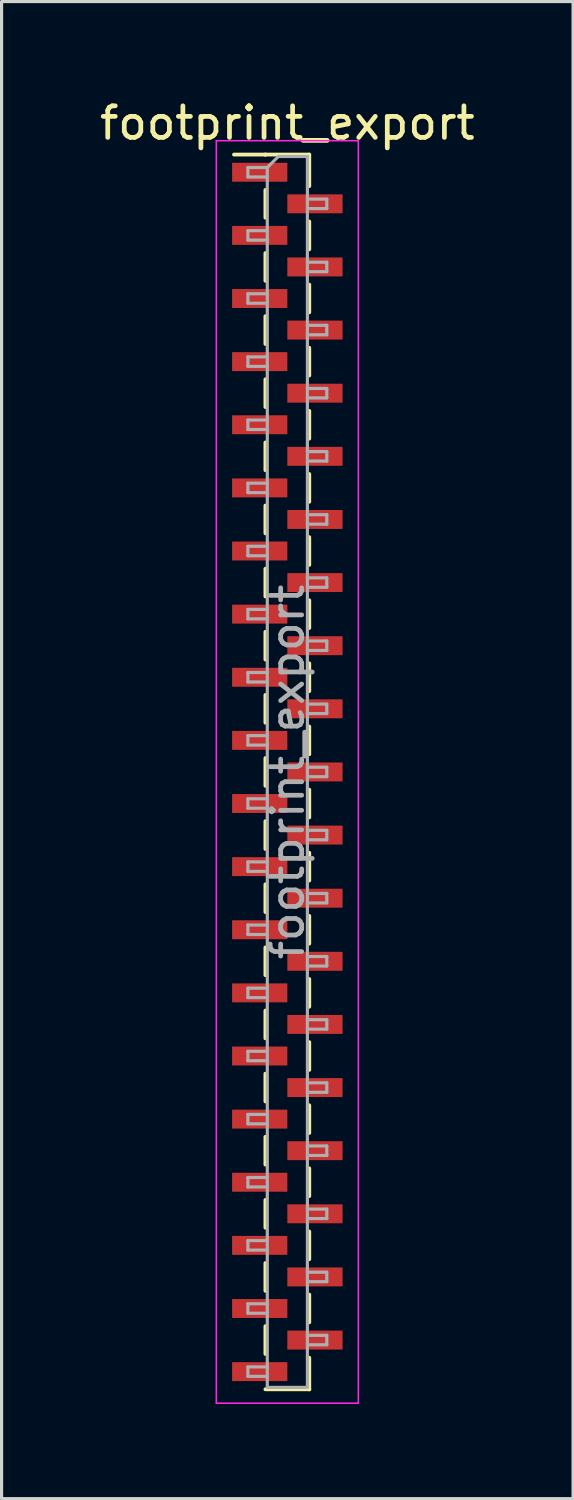
<source format=kicad_pcb>
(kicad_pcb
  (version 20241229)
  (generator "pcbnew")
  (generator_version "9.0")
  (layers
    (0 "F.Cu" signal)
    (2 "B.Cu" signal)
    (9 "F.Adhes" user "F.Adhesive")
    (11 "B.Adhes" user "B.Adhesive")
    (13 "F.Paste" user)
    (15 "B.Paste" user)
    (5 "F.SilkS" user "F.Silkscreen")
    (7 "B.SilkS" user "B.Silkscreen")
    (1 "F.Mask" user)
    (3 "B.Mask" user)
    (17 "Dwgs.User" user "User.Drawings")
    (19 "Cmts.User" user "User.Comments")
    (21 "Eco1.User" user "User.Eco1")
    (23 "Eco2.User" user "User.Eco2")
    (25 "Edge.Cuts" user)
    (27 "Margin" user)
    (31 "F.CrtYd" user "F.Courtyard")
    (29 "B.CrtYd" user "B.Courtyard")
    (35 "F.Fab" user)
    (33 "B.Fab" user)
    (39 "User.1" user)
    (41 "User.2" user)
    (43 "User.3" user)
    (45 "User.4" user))
  (footprint "footprint_export"
    (layer "F.Cu")
    (at 6.054 21.408)
    (property "Reference" "footprint_export" (at 0 -20.56 0) (layer "F.SilkS") (effects (font (size 1 1) (thickness 0.15))))
    (attr smd)
    (fp_line (start -0.695 -19.56) (end -1.69 -19.56) (stroke (width 0.12) (type solid)) (layer "F.SilkS"))
    (fp_line (start -0.695 -19.56) (end -0.695 -19.56) (stroke (width 0.12) (type solid)) (layer "F.SilkS"))
    (fp_line (start -0.695 -19.56) (end 0.695 -19.56) (stroke (width 0.12) (type solid)) (layer "F.SilkS"))
    (fp_line (start -0.695 -18.44) (end -0.695 -17.56) (stroke (width 0.12) (type solid)) (layer "F.SilkS"))
    (fp_line (start -0.695 -16.44) (end -0.695 -15.56) (stroke (width 0.12) (type solid)) (layer "F.SilkS"))
    (fp_line (start -0.695 -14.44) (end -0.695 -13.56) (stroke (width 0.12) (type solid)) (layer "F.SilkS"))
    (fp_line (start -0.695 -12.44) (end -0.695 -11.56) (stroke (width 0.12) (type solid)) (layer "F.SilkS"))
    (fp_line (start -0.695 -10.44) (end -0.695 -9.56) (stroke (width 0.12) (type solid)) (layer "F.SilkS"))
    (fp_line (start -0.695 -8.44) (end -0.695 -7.56) (stroke (width 0.12) (type solid)) (layer "F.SilkS"))
    (fp_line (start -0.695 -6.44) (end -0.695 -5.56) (stroke (width 0.12) (type solid)) (layer "F.SilkS"))
    (fp_line (start -0.695 -4.44) (end -0.695 -3.56) (stroke (width 0.12) (type solid)) (layer "F.SilkS"))
    (fp_line (start -0.695 -2.44) (end -0.695 -1.56) (stroke (width 0.12) (type solid)) (layer "F.SilkS"))
    (fp_line (start -0.695 -0.44) (end -0.695 0.44) (stroke (width 0.12) (type solid)) (layer "F.SilkS"))
    (fp_line (start -0.695 1.56) (end -0.695 2.44) (stroke (width 0.12) (type solid)) (layer "F.SilkS"))
    (fp_line (start -0.695 3.56) (end -0.695 4.44) (stroke (width 0.12) (type solid)) (layer "F.SilkS"))
    (fp_line (start -0.695 5.56) (end -0.695 6.44) (stroke (width 0.12) (type solid)) (layer "F.SilkS"))
    (fp_line (start -0.695 7.56) (end -0.695 8.44) (stroke (width 0.12) (type solid)) (layer "F.SilkS"))
    (fp_line (start -0.695 9.56) (end -0.695 10.44) (stroke (width 0.12) (type solid)) (layer "F.SilkS"))
    (fp_line (start -0.695 11.56) (end -0.695 12.44) (stroke (width 0.12) (type solid)) (layer "F.SilkS"))
    (fp_line (start -0.695 13.56) (end -0.695 14.44) (stroke (width 0.12) (type solid)) (layer "F.SilkS"))
    (fp_line (start -0.695 15.56) (end -0.695 16.44) (stroke (width 0.12) (type solid)) (layer "F.SilkS"))
    (fp_line (start -0.695 17.56) (end -0.695 18.44) (stroke (width 0.12) (type solid)) (layer "F.SilkS"))
    (fp_line (start -0.695 19.56) (end 0.695 19.56) (stroke (width 0.12) (type solid)) (layer "F.SilkS"))
    (fp_line (start 0.695 -19.56) (end 0.695 -18.56) (stroke (width 0.12) (type solid)) (layer "F.SilkS"))
    (fp_line (start 0.695 -17.44) (end 0.695 -16.56) (stroke (width 0.12) (type solid)) (layer "F.SilkS"))
    (fp_line (start 0.695 -15.44) (end 0.695 -14.56) (stroke (width 0.12) (type solid)) (layer "F.SilkS"))
    (fp_line (start 0.695 -13.44) (end 0.695 -12.56) (stroke (width 0.12) (type solid)) (layer "F.SilkS"))
    (fp_line (start 0.695 -11.44) (end 0.695 -10.56) (stroke (width 0.12) (type solid)) (layer "F.SilkS"))
    (fp_line (start 0.695 -9.44) (end 0.695 -8.56) (stroke (width 0.12) (type solid)) (layer "F.SilkS"))
    (fp_line (start 0.695 -7.44) (end 0.695 -6.56) (stroke (width 0.12) (type solid)) (layer "F.SilkS"))
    (fp_line (start 0.695 -5.44) (end 0.695 -4.56) (stroke (width 0.12) (type solid)) (layer "F.SilkS"))
    (fp_line (start 0.695 -3.44) (end 0.695 -2.56) (stroke (width 0.12) (type solid)) (layer "F.SilkS"))
    (fp_line (start 0.695 -1.44) (end 0.695 -0.56) (stroke (width 0.12) (type solid)) (layer "F.SilkS"))
    (fp_line (start 0.695 0.56) (end 0.695 1.44) (stroke (width 0.12) (type solid)) (layer "F.SilkS"))
    (fp_line (start 0.695 2.56) (end 0.695 3.44) (stroke (width 0.12) (type solid)) (layer "F.SilkS"))
    (fp_line (start 0.695 4.56) (end 0.695 5.44) (stroke (width 0.12) (type solid)) (layer "F.SilkS"))
    (fp_line (start 0.695 6.56) (end 0.695 7.44) (stroke (width 0.12) (type solid)) (layer "F.SilkS"))
    (fp_line (start 0.695 8.56) (end 0.695 9.44) (stroke (width 0.12) (type solid)) (layer "F.SilkS"))
    (fp_line (start 0.695 10.56) (end 0.695 11.44) (stroke (width 0.12) (type solid)) (layer "F.SilkS"))
    (fp_line (start 0.695 12.56) (end 0.695 13.44) (stroke (width 0.12) (type solid)) (layer "F.SilkS"))
    (fp_line (start 0.695 14.56) (end 0.695 15.44) (stroke (width 0.12) (type solid)) (layer "F.SilkS"))
    (fp_line (start 0.695 16.56) (end 0.695 17.44) (stroke (width 0.12) (type solid)) (layer "F.SilkS"))
    (fp_line (start 0.695 18.56) (end 0.695 19.56) (stroke (width 0.12) (type solid)) (layer "F.SilkS"))
    (fp_line (start 0.695 19.56) (end 0.695 19.56) (stroke (width 0.12) (type solid)) (layer "F.SilkS"))
    (fp_line (start -2.25 -20) (end -2.25 20) (stroke (width 0.05) (type solid)) (layer "F.CrtYd"))
    (fp_line (start -2.25 20) (end 2.25 20) (stroke (width 0.05) (type solid)) (layer "F.CrtYd"))
    (fp_line (start 2.25 -20) (end -2.25 -20) (stroke (width 0.05) (type solid)) (layer "F.CrtYd"))
    (fp_line (start 2.25 20) (end 2.25 -20) (stroke (width 0.05) (type solid)) (layer "F.CrtYd"))
    (fp_line (start -1.25 -19.15) (end -1.25 -18.85) (stroke (width 0.1) (type solid)) (layer "F.Fab"))
    (fp_line (start -1.25 -18.85) (end -0.635 -18.85) (stroke (width 0.1) (type solid)) (layer "F.Fab"))
    (fp_line (start -1.25 -17.15) (end -1.25 -16.85) (stroke (width 0.1) (type solid)) (layer "F.Fab"))
    (fp_line (start -1.25 -16.85) (end -0.635 -16.85) (stroke (width 0.1) (type solid)) (layer "F.Fab"))
    (fp_line (start -1.25 -15.15) (end -1.25 -14.85) (stroke (width 0.1) (type solid)) (layer "F.Fab"))
    (fp_line (start -1.25 -14.85) (end -0.635 -14.85) (stroke (width 0.1) (type solid)) (layer "F.Fab"))
    (fp_line (start -1.25 -13.15) (end -1.25 -12.85) (stroke (width 0.1) (type solid)) (layer "F.Fab"))
    (fp_line (start -1.25 -12.85) (end -0.635 -12.85) (stroke (width 0.1) (type solid)) (layer "F.Fab"))
    (fp_line (start -1.25 -11.15) (end -1.25 -10.85) (stroke (width 0.1) (type solid)) (layer "F.Fab"))
    (fp_line (start -1.25 -10.85) (end -0.635 -10.85) (stroke (width 0.1) (type solid)) (layer "F.Fab"))
    (fp_line (start -1.25 -9.15) (end -1.25 -8.85) (stroke (width 0.1) (type solid)) (layer "F.Fab"))
    (fp_line (start -1.25 -8.85) (end -0.635 -8.85) (stroke (width 0.1) (type solid)) (layer "F.Fab"))
    (fp_line (start -1.25 -7.15) (end -1.25 -6.85) (stroke (width 0.1) (type solid)) (layer "F.Fab"))
    (fp_line (start -1.25 -6.85) (end -0.635 -6.85) (stroke (width 0.1) (type solid)) (layer "F.Fab"))
    (fp_line (start -1.25 -5.15) (end -1.25 -4.85) (stroke (width 0.1) (type solid)) (layer "F.Fab"))
    (fp_line (start -1.25 -4.85) (end -0.635 -4.85) (stroke (width 0.1) (type solid)) (layer "F.Fab"))
    (fp_line (start -1.25 -3.15) (end -1.25 -2.85) (stroke (width 0.1) (type solid)) (layer "F.Fab"))
    (fp_line (start -1.25 -2.85) (end -0.635 -2.85) (stroke (width 0.1) (type solid)) (layer "F.Fab"))
    (fp_line (start -1.25 -1.15) (end -1.25 -0.85) (stroke (width 0.1) (type solid)) (layer "F.Fab"))
    (fp_line (start -1.25 -0.85) (end -0.635 -0.85) (stroke (width 0.1) (type solid)) (layer "F.Fab"))
    (fp_line (start -1.25 0.85) (end -1.25 1.15) (stroke (width 0.1) (type solid)) (layer "F.Fab"))
    (fp_line (start -1.25 1.15) (end -0.635 1.15) (stroke (width 0.1) (type solid)) (layer "F.Fab"))
    (fp_line (start -1.25 2.85) (end -1.25 3.15) (stroke (width 0.1) (type solid)) (layer "F.Fab"))
    (fp_line (start -1.25 3.15) (end -0.635 3.15) (stroke (width 0.1) (type solid)) (layer "F.Fab"))
    (fp_line (start -1.25 4.85) (end -1.25 5.15) (stroke (width 0.1) (type solid)) (layer "F.Fab"))
    (fp_line (start -1.25 5.15) (end -0.635 5.15) (stroke (width 0.1) (type solid)) (layer "F.Fab"))
    (fp_line (start -1.25 6.85) (end -1.25 7.15) (stroke (width 0.1) (type solid)) (layer "F.Fab"))
    (fp_line (start -1.25 7.15) (end -0.635 7.15) (stroke (width 0.1) (type solid)) (layer "F.Fab"))
    (fp_line (start -1.25 8.85) (end -1.25 9.15) (stroke (width 0.1) (type solid)) (layer "F.Fab"))
    (fp_line (start -1.25 9.15) (end -0.635 9.15) (stroke (width 0.1) (type solid)) (layer "F.Fab"))
    (fp_line (start -1.25 10.85) (end -1.25 11.15) (stroke (width 0.1) (type solid)) (layer "F.Fab"))
    (fp_line (start -1.25 11.15) (end -0.635 11.15) (stroke (width 0.1) (type solid)) (layer "F.Fab"))
    (fp_line (start -1.25 12.85) (end -1.25 13.15) (stroke (width 0.1) (type solid)) (layer "F.Fab"))
    (fp_line (start -1.25 13.15) (end -0.635 13.15) (stroke (width 0.1) (type solid)) (layer "F.Fab"))
    (fp_line (start -1.25 14.85) (end -1.25 15.15) (stroke (width 0.1) (type solid)) (layer "F.Fab"))
    (fp_line (start -1.25 15.15) (end -0.635 15.15) (stroke (width 0.1) (type solid)) (layer "F.Fab"))
    (fp_line (start -1.25 16.85) (end -1.25 17.15) (stroke (width 0.1) (type solid)) (layer "F.Fab"))
    (fp_line (start -1.25 17.15) (end -0.635 17.15) (stroke (width 0.1) (type solid)) (layer "F.Fab"))
    (fp_line (start -1.25 18.85) (end -1.25 19.15) (stroke (width 0.1) (type solid)) (layer "F.Fab"))
    (fp_line (start -1.25 19.15) (end -0.635 19.15) (stroke (width 0.1) (type solid)) (layer "F.Fab"))
    (fp_line (start -0.635 -19.15) (end -1.25 -19.15) (stroke (width 0.1) (type solid)) (layer "F.Fab"))
    (fp_line (start -0.635 -19.15) (end -0.285 -19.5) (stroke (width 0.1) (type solid)) (layer "F.Fab"))
    (fp_line (start -0.635 -17.15) (end -1.25 -17.15) (stroke (width 0.1) (type solid)) (layer "F.Fab"))
    (fp_line (start -0.635 -15.15) (end -1.25 -15.15) (stroke (width 0.1) (type solid)) (layer "F.Fab"))
    (fp_line (start -0.635 -13.15) (end -1.25 -13.15) (stroke (width 0.1) (type solid)) (layer "F.Fab"))
    (fp_line (start -0.635 -11.15) (end -1.25 -11.15) (stroke (width 0.1) (type solid)) (layer "F.Fab"))
    (fp_line (start -0.635 -9.15) (end -1.25 -9.15) (stroke (width 0.1) (type solid)) (layer "F.Fab"))
    (fp_line (start -0.635 -7.15) (end -1.25 -7.15) (stroke (width 0.1) (type solid)) (layer "F.Fab"))
    (fp_line (start -0.635 -5.15) (end -1.25 -5.15) (stroke (width 0.1) (type solid)) (layer "F.Fab"))
    (fp_line (start -0.635 -3.15) (end -1.25 -3.15) (stroke (width 0.1) (type solid)) (layer "F.Fab"))
    (fp_line (start -0.635 -1.15) (end -1.25 -1.15) (stroke (width 0.1) (type solid)) (layer "F.Fab"))
    (fp_line (start -0.635 0.85) (end -1.25 0.85) (stroke (width 0.1) (type solid)) (layer "F.Fab"))
    (fp_line (start -0.635 2.85) (end -1.25 2.85) (stroke (width 0.1) (type solid)) (layer "F.Fab"))
    (fp_line (start -0.635 4.85) (end -1.25 4.85) (stroke (width 0.1) (type solid)) (layer "F.Fab"))
    (fp_line (start -0.635 6.85) (end -1.25 6.85) (stroke (width 0.1) (type solid)) (layer "F.Fab"))
    (fp_line (start -0.635 8.85) (end -1.25 8.85) (stroke (width 0.1) (type solid)) (layer "F.Fab"))
    (fp_line (start -0.635 10.85) (end -1.25 10.85) (stroke (width 0.1) (type solid)) (layer "F.Fab"))
    (fp_line (start -0.635 12.85) (end -1.25 12.85) (stroke (width 0.1) (type solid)) (layer "F.Fab"))
    (fp_line (start -0.635 14.85) (end -1.25 14.85) (stroke (width 0.1) (type solid)) (layer "F.Fab"))
    (fp_line (start -0.635 16.85) (end -1.25 16.85) (stroke (width 0.1) (type solid)) (layer "F.Fab"))
    (fp_line (start -0.635 18.85) (end -1.25 18.85) (stroke (width 0.1) (type solid)) (layer "F.Fab"))
    (fp_line (start -0.635 19.5) (end -0.635 -19.15) (stroke (width 0.1) (type solid)) (layer "F.Fab"))
    (fp_line (start -0.285 -19.5) (end 0.635 -19.5) (stroke (width 0.1) (type solid)) (layer "F.Fab"))
    (fp_line (start 0.635 -19.5) (end 0.635 19.5) (stroke (width 0.1) (type solid)) (layer "F.Fab"))
    (fp_line (start 0.635 -18.15) (end 1.25 -18.15) (stroke (width 0.1) (type solid)) (layer "F.Fab"))
    (fp_line (start 0.635 -16.15) (end 1.25 -16.15) (stroke (width 0.1) (type solid)) (layer "F.Fab"))
    (fp_line (start 0.635 -14.15) (end 1.25 -14.15) (stroke (width 0.1) (type solid)) (layer "F.Fab"))
    (fp_line (start 0.635 -12.15) (end 1.25 -12.15) (stroke (width 0.1) (type solid)) (layer "F.Fab"))
    (fp_line (start 0.635 -10.15) (end 1.25 -10.15) (stroke (width 0.1) (type solid)) (layer "F.Fab"))
    (fp_line (start 0.635 -8.15) (end 1.25 -8.15) (stroke (width 0.1) (type solid)) (layer "F.Fab"))
    (fp_line (start 0.635 -6.15) (end 1.25 -6.15) (stroke (width 0.1) (type solid)) (layer "F.Fab"))
    (fp_line (start 0.635 -4.15) (end 1.25 -4.15) (stroke (width 0.1) (type solid)) (layer "F.Fab"))
    (fp_line (start 0.635 -2.15) (end 1.25 -2.15) (stroke (width 0.1) (type solid)) (layer "F.Fab"))
    (fp_line (start 0.635 -0.15) (end 1.25 -0.15) (stroke (width 0.1) (type solid)) (layer "F.Fab"))
    (fp_line (start 0.635 1.85) (end 1.25 1.85) (stroke (width 0.1) (type solid)) (layer "F.Fab"))
    (fp_line (start 0.635 3.85) (end 1.25 3.85) (stroke (width 0.1) (type solid)) (layer "F.Fab"))
    (fp_line (start 0.635 5.85) (end 1.25 5.85) (stroke (width 0.1) (type solid)) (layer "F.Fab"))
    (fp_line (start 0.635 7.85) (end 1.25 7.85) (stroke (width 0.1) (type solid)) (layer "F.Fab"))
    (fp_line (start 0.635 9.85) (end 1.25 9.85) (stroke (width 0.1) (type solid)) (layer "F.Fab"))
    (fp_line (start 0.635 11.85) (end 1.25 11.85) (stroke (width 0.1) (type solid)) (layer "F.Fab"))
    (fp_line (start 0.635 13.85) (end 1.25 13.85) (stroke (width 0.1) (type solid)) (layer "F.Fab"))
    (fp_line (start 0.635 15.85) (end 1.25 15.85) (stroke (width 0.1) (type solid)) (layer "F.Fab"))
    (fp_line (start 0.635 17.85) (end 1.25 17.85) (stroke (width 0.1) (type solid)) (layer "F.Fab"))
    (fp_line (start 0.635 19.5) (end -0.635 19.5) (stroke (width 0.1) (type solid)) (layer "F.Fab"))
    (fp_line (start 1.25 -18.15) (end 1.25 -17.85) (stroke (width 0.1) (type solid)) (layer "F.Fab"))
    (fp_line (start 1.25 -17.85) (end 0.635 -17.85) (stroke (width 0.1) (type solid)) (layer "F.Fab"))
    (fp_line (start 1.25 -16.15) (end 1.25 -15.85) (stroke (width 0.1) (type solid)) (layer "F.Fab"))
    (fp_line (start 1.25 -15.85) (end 0.635 -15.85) (stroke (width 0.1) (type solid)) (layer "F.Fab"))
    (fp_line (start 1.25 -14.15) (end 1.25 -13.85) (stroke (width 0.1) (type solid)) (layer "F.Fab"))
    (fp_line (start 1.25 -13.85) (end 0.635 -13.85) (stroke (width 0.1) (type solid)) (layer "F.Fab"))
    (fp_line (start 1.25 -12.15) (end 1.25 -11.85) (stroke (width 0.1) (type solid)) (layer "F.Fab"))
    (fp_line (start 1.25 -11.85) (end 0.635 -11.85) (stroke (width 0.1) (type solid)) (layer "F.Fab"))
    (fp_line (start 1.25 -10.15) (end 1.25 -9.85) (stroke (width 0.1) (type solid)) (layer "F.Fab"))
    (fp_line (start 1.25 -9.85) (end 0.635 -9.85) (stroke (width 0.1) (type solid)) (layer "F.Fab"))
    (fp_line (start 1.25 -8.15) (end 1.25 -7.85) (stroke (width 0.1) (type solid)) (layer "F.Fab"))
    (fp_line (start 1.25 -7.85) (end 0.635 -7.85) (stroke (width 0.1) (type solid)) (layer "F.Fab"))
    (fp_line (start 1.25 -6.15) (end 1.25 -5.85) (stroke (width 0.1) (type solid)) (layer "F.Fab"))
    (fp_line (start 1.25 -5.85) (end 0.635 -5.85) (stroke (width 0.1) (type solid)) (layer "F.Fab"))
    (fp_line (start 1.25 -4.15) (end 1.25 -3.85) (stroke (width 0.1) (type solid)) (layer "F.Fab"))
    (fp_line (start 1.25 -3.85) (end 0.635 -3.85) (stroke (width 0.1) (type solid)) (layer "F.Fab"))
    (fp_line (start 1.25 -2.15) (end 1.25 -1.85) (stroke (width 0.1) (type solid)) (layer "F.Fab"))
    (fp_line (start 1.25 -1.85) (end 0.635 -1.85) (stroke (width 0.1) (type solid)) (layer "F.Fab"))
    (fp_line (start 1.25 -0.15) (end 1.25 0.15) (stroke (width 0.1) (type solid)) (layer "F.Fab"))
    (fp_line (start 1.25 0.15) (end 0.635 0.15) (stroke (width 0.1) (type solid)) (layer "F.Fab"))
    (fp_line (start 1.25 1.85) (end 1.25 2.15) (stroke (width 0.1) (type solid)) (layer "F.Fab"))
    (fp_line (start 1.25 2.15) (end 0.635 2.15) (stroke (width 0.1) (type solid)) (layer "F.Fab"))
    (fp_line (start 1.25 3.85) (end 1.25 4.15) (stroke (width 0.1) (type solid)) (layer "F.Fab"))
    (fp_line (start 1.25 4.15) (end 0.635 4.15) (stroke (width 0.1) (type solid)) (layer "F.Fab"))
    (fp_line (start 1.25 5.85) (end 1.25 6.15) (stroke (width 0.1) (type solid)) (layer "F.Fab"))
    (fp_line (start 1.25 6.15) (end 0.635 6.15) (stroke (width 0.1) (type solid)) (layer "F.Fab"))
    (fp_line (start 1.25 7.85) (end 1.25 8.15) (stroke (width 0.1) (type solid)) (layer "F.Fab"))
    (fp_line (start 1.25 8.15) (end 0.635 8.15) (stroke (width 0.1) (type solid)) (layer "F.Fab"))
    (fp_line (start 1.25 9.85) (end 1.25 10.15) (stroke (width 0.1) (type solid)) (layer "F.Fab"))
    (fp_line (start 1.25 10.15) (end 0.635 10.15) (stroke (width 0.1) (type solid)) (layer "F.Fab"))
    (fp_line (start 1.25 11.85) (end 1.25 12.15) (stroke (width 0.1) (type solid)) (layer "F.Fab"))
    (fp_line (start 1.25 12.15) (end 0.635 12.15) (stroke (width 0.1) (type solid)) (layer "F.Fab"))
    (fp_line (start 1.25 13.85) (end 1.25 14.15) (stroke (width 0.1) (type solid)) (layer "F.Fab"))
    (fp_line (start 1.25 14.15) (end 0.635 14.15) (stroke (width 0.1) (type solid)) (layer "F.Fab"))
    (fp_line (start 1.25 15.85) (end 1.25 16.15) (stroke (width 0.1) (type solid)) (layer "F.Fab"))
    (fp_line (start 1.25 16.15) (end 0.635 16.15) (stroke (width 0.1) (type solid)) (layer "F.Fab"))
    (fp_line (start 1.25 17.85) (end 1.25 18.15) (stroke (width 0.1) (type solid)) (layer "F.Fab"))
    (fp_line (start 1.25 18.15) (end 0.635 18.15) (stroke (width 0.1) (type solid)) (layer "F.Fab"))
    (fp_text user "${REFERENCE}" (at 0 0 90) (layer "F.Fab") (effects (font (size 1 1) (thickness 0.15))))
    (pad "1" smd rect (at -0.875 -19) (size 1.75 0.6) (layers "F.Cu" "F.Mask" "F.Paste"))
    (pad "2" smd rect (at 0.875 -18) (size 1.75 0.6) (layers "F.Cu" "F.Mask" "F.Paste"))
    (pad "3" smd rect (at -0.875 -17) (size 1.75 0.6) (layers "F.Cu" "F.Mask" "F.Paste"))
    (pad "4" smd rect (at 0.875 -16) (size 1.75 0.6) (layers "F.Cu" "F.Mask" "F.Paste"))
    (pad "5" smd rect (at -0.875 -15) (size 1.75 0.6) (layers "F.Cu" "F.Mask" "F.Paste"))
    (pad "6" smd rect (at 0.875 -14) (size 1.75 0.6) (layers "F.Cu" "F.Mask" "F.Paste"))
    (pad "7" smd rect (at -0.875 -13) (size 1.75 0.6) (layers "F.Cu" "F.Mask" "F.Paste"))
    (pad "8" smd rect (at 0.875 -12) (size 1.75 0.6) (layers "F.Cu" "F.Mask" "F.Paste"))
    (pad "9" smd rect (at -0.875 -11) (size 1.75 0.6) (layers "F.Cu" "F.Mask" "F.Paste"))
    (pad "10" smd rect (at 0.875 -10) (size 1.75 0.6) (layers "F.Cu" "F.Mask" "F.Paste"))
    (pad "11" smd rect (at -0.875 -9) (size 1.75 0.6) (layers "F.Cu" "F.Mask" "F.Paste"))
    (pad "12" smd rect (at 0.875 -8) (size 1.75 0.6) (layers "F.Cu" "F.Mask" "F.Paste"))
    (pad "13" smd rect (at -0.875 -7) (size 1.75 0.6) (layers "F.Cu" "F.Mask" "F.Paste"))
    (pad "14" smd rect (at 0.875 -6) (size 1.75 0.6) (layers "F.Cu" "F.Mask" "F.Paste"))
    (pad "15" smd rect (at -0.875 -5) (size 1.75 0.6) (layers "F.Cu" "F.Mask" "F.Paste"))
    (pad "16" smd rect (at 0.875 -4) (size 1.75 0.6) (layers "F.Cu" "F.Mask" "F.Paste"))
    (pad "17" smd rect (at -0.875 -3) (size 1.75 0.6) (layers "F.Cu" "F.Mask" "F.Paste"))
    (pad "18" smd rect (at 0.875 -2) (size 1.75 0.6) (layers "F.Cu" "F.Mask" "F.Paste"))
    (pad "19" smd rect (at -0.875 -1) (size 1.75 0.6) (layers "F.Cu" "F.Mask" "F.Paste"))
    (pad "20" smd rect (at 0.875 0) (size 1.75 0.6) (layers "F.Cu" "F.Mask" "F.Paste"))
    (pad "21" smd rect (at -0.875 1) (size 1.75 0.6) (layers "F.Cu" "F.Mask" "F.Paste"))
    (pad "22" smd rect (at 0.875 2) (size 1.75 0.6) (layers "F.Cu" "F.Mask" "F.Paste"))
    (pad "23" smd rect (at -0.875 3) (size 1.75 0.6) (layers "F.Cu" "F.Mask" "F.Paste"))
    (pad "24" smd rect (at 0.875 4) (size 1.75 0.6) (layers "F.Cu" "F.Mask" "F.Paste"))
    (pad "25" smd rect (at -0.875 5) (size 1.75 0.6) (layers "F.Cu" "F.Mask" "F.Paste"))
    (pad "26" smd rect (at 0.875 6) (size 1.75 0.6) (layers "F.Cu" "F.Mask" "F.Paste"))
    (pad "27" smd rect (at -0.875 7) (size 1.75 0.6) (layers "F.Cu" "F.Mask" "F.Paste"))
    (pad "28" smd rect (at 0.875 8) (size 1.75 0.6) (layers "F.Cu" "F.Mask" "F.Paste"))
    (pad "29" smd rect (at -0.875 9) (size 1.75 0.6) (layers "F.Cu" "F.Mask" "F.Paste"))
    (pad "30" smd rect (at 0.875 10) (size 1.75 0.6) (layers "F.Cu" "F.Mask" "F.Paste"))
    (pad "31" smd rect (at -0.875 11) (size 1.75 0.6) (layers "F.Cu" "F.Mask" "F.Paste"))
    (pad "32" smd rect (at 0.875 12) (size 1.75 0.6) (layers "F.Cu" "F.Mask" "F.Paste"))
    (pad "33" smd rect (at -0.875 13) (size 1.75 0.6) (layers "F.Cu" "F.Mask" "F.Paste"))
    (pad "34" smd rect (at 0.875 14) (size 1.75 0.6) (layers "F.Cu" "F.Mask" "F.Paste"))
    (pad "35" smd rect (at -0.875 15) (size 1.75 0.6) (layers "F.Cu" "F.Mask" "F.Paste"))
    (pad "36" smd rect (at 0.875 16) (size 1.75 0.6) (layers "F.Cu" "F.Mask" "F.Paste"))
    (pad "37" smd rect (at -0.875 17) (size 1.75 0.6) (layers "F.Cu" "F.Mask" "F.Paste"))
    (pad "38" smd rect (at 0.875 18) (size 1.75 0.6) (layers "F.Cu" "F.Mask" "F.Paste"))
    (pad "39" smd rect (at -0.875 19) (size 1.75 0.6) (layers "F.Cu" "F.Mask" "F.Paste")))
  (gr_rect
    (start -3 -3)
    (end 15.107 44.433)
    (stroke (width 0.1) (type default))
    (fill no)
    (layer "Edge.Cuts")))
</source>
